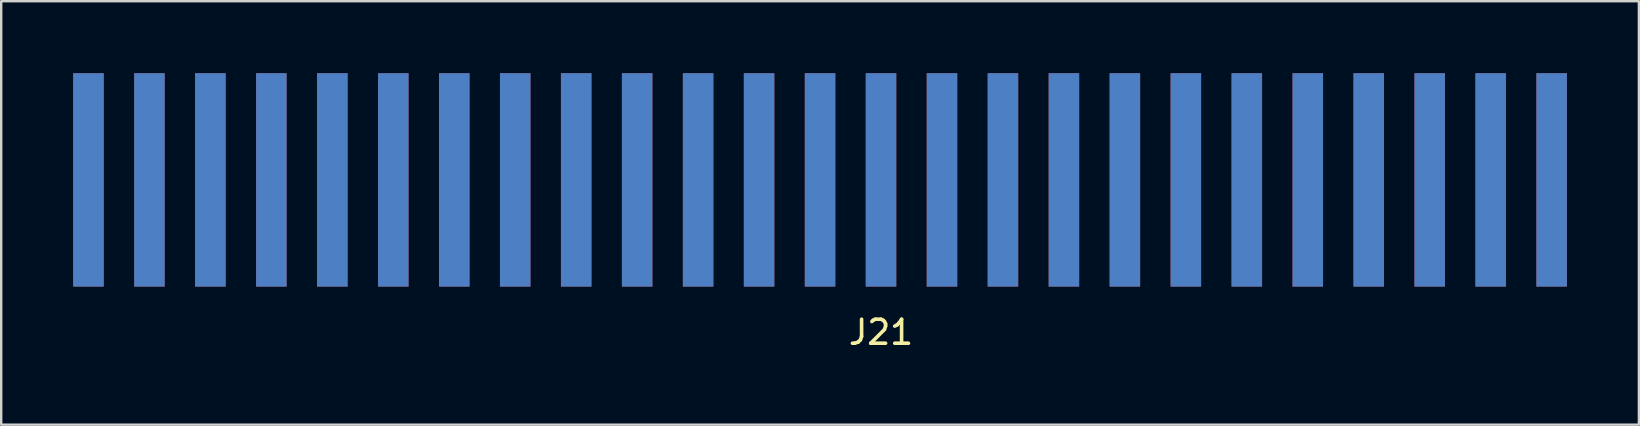
<source format=kicad_pcb>
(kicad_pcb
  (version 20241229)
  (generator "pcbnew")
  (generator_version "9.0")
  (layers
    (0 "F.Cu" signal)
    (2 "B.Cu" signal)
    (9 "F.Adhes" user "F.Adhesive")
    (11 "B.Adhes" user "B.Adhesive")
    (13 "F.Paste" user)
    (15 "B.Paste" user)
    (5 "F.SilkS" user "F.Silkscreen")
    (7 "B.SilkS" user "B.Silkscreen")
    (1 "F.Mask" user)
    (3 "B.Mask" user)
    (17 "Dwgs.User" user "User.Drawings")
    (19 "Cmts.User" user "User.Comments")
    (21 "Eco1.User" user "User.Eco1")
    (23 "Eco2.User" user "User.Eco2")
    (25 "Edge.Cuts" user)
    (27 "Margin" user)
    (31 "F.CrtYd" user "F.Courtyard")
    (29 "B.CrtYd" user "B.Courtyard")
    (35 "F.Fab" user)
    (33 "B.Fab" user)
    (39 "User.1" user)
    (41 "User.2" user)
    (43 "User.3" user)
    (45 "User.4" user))
  (footprint "J21"
    (layer "F.Cu")
    (at 31.115 9.525)
    (property "Reference" "J21" (at 2.54 1.27 0) (layer "F.SilkS") (effects (font (size 1 1) (thickness 0.15))))
    (attr through_hole)
    (pad "1" connect trapezoid (at 30.48 -5.08) (size 1.27 8.89) (layers "*.Mask" "B.Cu"))
    (pad "2" connect trapezoid (at 30.48 -5.08) (size 1.27 8.89) (layers "F.Cu" "F.Mask"))
    (pad "3" connect trapezoid (at 27.94 -5.08) (size 1.27 8.89) (layers "*.Mask" "B.Cu"))
    (pad "4" connect trapezoid (at 27.94 -5.08) (size 1.27 8.89) (layers "F.Cu" "F.Mask"))
    (pad "5" connect trapezoid (at 25.4 -5.08) (size 1.27 8.89) (layers "*.Mask" "B.Cu"))
    (pad "6" connect trapezoid (at 25.4 -5.08) (size 1.27 8.89) (layers "F.Cu" "F.Mask"))
    (pad "7" connect trapezoid (at 22.86 -5.08) (size 1.27 8.89) (layers "*.Mask" "B.Cu"))
    (pad "8" connect trapezoid (at 22.86 -5.08) (size 1.27 8.89) (layers "F.Cu" "F.Mask"))
    (pad "9" connect trapezoid (at 20.32 -5.08) (size 1.27 8.89) (layers "*.Mask" "B.Cu"))
    (pad "10" connect trapezoid (at 20.32 -5.08) (size 1.27 8.89) (layers "F.Cu" "F.Mask"))
    (pad "11" connect trapezoid (at 17.78 -5.08) (size 1.27 8.89) (layers "*.Mask" "B.Cu"))
    (pad "12" connect trapezoid (at 17.78 -5.08) (size 1.27 8.89) (layers "F.Cu" "F.Mask"))
    (pad "13" connect trapezoid (at 15.24 -5.08) (size 1.27 8.89) (layers "*.Mask" "B.Cu"))
    (pad "14" connect trapezoid (at 15.24 -5.08) (size 1.27 8.89) (layers "F.Cu" "F.Mask"))
    (pad "15" connect trapezoid (at 12.7 -5.08) (size 1.27 8.89) (layers "*.Mask" "B.Cu"))
    (pad "16" connect trapezoid (at 12.7 -5.08) (size 1.27 8.89) (layers "F.Cu" "F.Mask"))
    (pad "17" connect trapezoid (at 10.16 -5.08) (size 1.27 8.89) (layers "*.Mask" "B.Cu"))
    (pad "18" connect trapezoid (at 10.16 -5.08) (size 1.27 8.89) (layers "F.Cu" "F.Mask"))
    (pad "19" connect trapezoid (at 7.62 -5.08) (size 1.27 8.89) (layers "*.Mask" "B.Cu"))
    (pad "20" connect trapezoid (at 7.62 -5.08) (size 1.27 8.89) (layers "F.Cu" "F.Mask"))
    (pad "21" connect trapezoid (at 5.08 -5.08) (size 1.27 8.89) (layers "*.Mask" "B.Cu"))
    (pad "22" connect trapezoid (at 5.08 -5.08) (size 1.27 8.89) (layers "F.Cu" "F.Mask"))
    (pad "23" connect trapezoid (at 2.54 -5.08) (size 1.27 8.89) (layers "*.Mask" "B.Cu"))
    (pad "24" connect trapezoid (at 2.54 -5.08) (size 1.27 8.89) (layers "F.Cu" "F.Mask"))
    (pad "25" connect trapezoid (at 0 -5.08) (size 1.27 8.89) (layers "*.Mask" "B.Cu"))
    (pad "26" connect trapezoid (at 0 -5.08) (size 1.27 8.89) (layers "F.Cu" "F.Mask"))
    (pad "27" connect trapezoid (at -2.54 -5.08) (size 1.27 8.89) (layers "*.Mask" "B.Cu"))
    (pad "28" connect trapezoid (at -2.54 -5.08) (size 1.27 8.89) (layers "F.Cu" "F.Mask"))
    (pad "29" connect trapezoid (at -5.08 -5.08) (size 1.27 8.89) (layers "*.Mask" "B.Cu"))
    (pad "30" connect trapezoid (at -5.08 -5.08) (size 1.27 8.89) (layers "F.Cu" "F.Mask"))
    (pad "31" connect trapezoid (at -7.62 -5.08) (size 1.27 8.89) (layers "*.Mask" "B.Cu"))
    (pad "32" connect trapezoid (at -7.62 -5.08) (size 1.27 8.89) (layers "F.Cu" "F.Mask"))
    (pad "33" connect trapezoid (at -10.16 -5.08) (size 1.27 8.89) (layers "*.Mask" "B.Cu"))
    (pad "34" connect trapezoid (at -10.16 -5.08) (size 1.27 8.89) (layers "F.Cu" "F.Mask"))
    (pad "35" connect trapezoid (at -12.7 -5.08) (size 1.27 8.89) (layers "*.Mask" "B.Cu"))
    (pad "36" connect trapezoid (at -12.7 -5.08) (size 1.27 8.89) (layers "F.Cu" "F.Mask"))
    (pad "37" connect trapezoid (at -15.24 -5.08) (size 1.27 8.89) (layers "*.Mask" "B.Cu"))
    (pad "38" connect trapezoid (at -15.24 -5.08) (size 1.27 8.89) (layers "F.Cu" "F.Mask"))
    (pad "39" connect trapezoid (at -17.78 -5.08) (size 1.27 8.89) (layers "*.Mask" "B.Cu"))
    (pad "40" connect trapezoid (at -17.78 -5.08) (size 1.27 8.89) (layers "F.Cu" "F.Mask"))
    (pad "41" connect trapezoid (at -20.32 -5.08) (size 1.27 8.89) (layers "*.Mask" "B.Cu"))
    (pad "42" connect trapezoid (at -20.32 -5.08) (size 1.27 8.89) (layers "F.Cu" "F.Mask"))
    (pad "43" connect trapezoid (at -22.86 -5.08) (size 1.27 8.89) (layers "*.Mask" "B.Cu"))
    (pad "44" connect trapezoid (at -22.86 -5.08) (size 1.27 8.89) (layers "F.Cu" "F.Mask"))
    (pad "45" connect trapezoid (at -25.4 -5.08) (size 1.27 8.89) (layers "*.Mask" "B.Cu"))
    (pad "46" connect trapezoid (at -25.4 -5.08) (size 1.27 8.89) (layers "F.Cu" "F.Mask"))
    (pad "47" connect trapezoid (at -27.94 -5.08) (size 1.27 8.89) (layers "*.Mask" "B.Cu"))
    (pad "48" connect trapezoid (at -27.94 -5.08) (size 1.27 8.89) (layers "F.Cu" "F.Mask"))
    (pad "49" connect trapezoid (at -30.48 -5.08) (size 1.27 8.89) (layers "*.Mask" "B.Cu"))
    (pad "50" connect trapezoid (at -30.48 -5.08) (size 1.27 8.89) (layers "F.Cu" "F.Mask")))
  (gr_rect
    (start -3 -3)
    (end 65.23 14.643)
    (stroke (width 0.1) (type default))
    (fill no)
    (layer "Edge.Cuts")))
</source>
